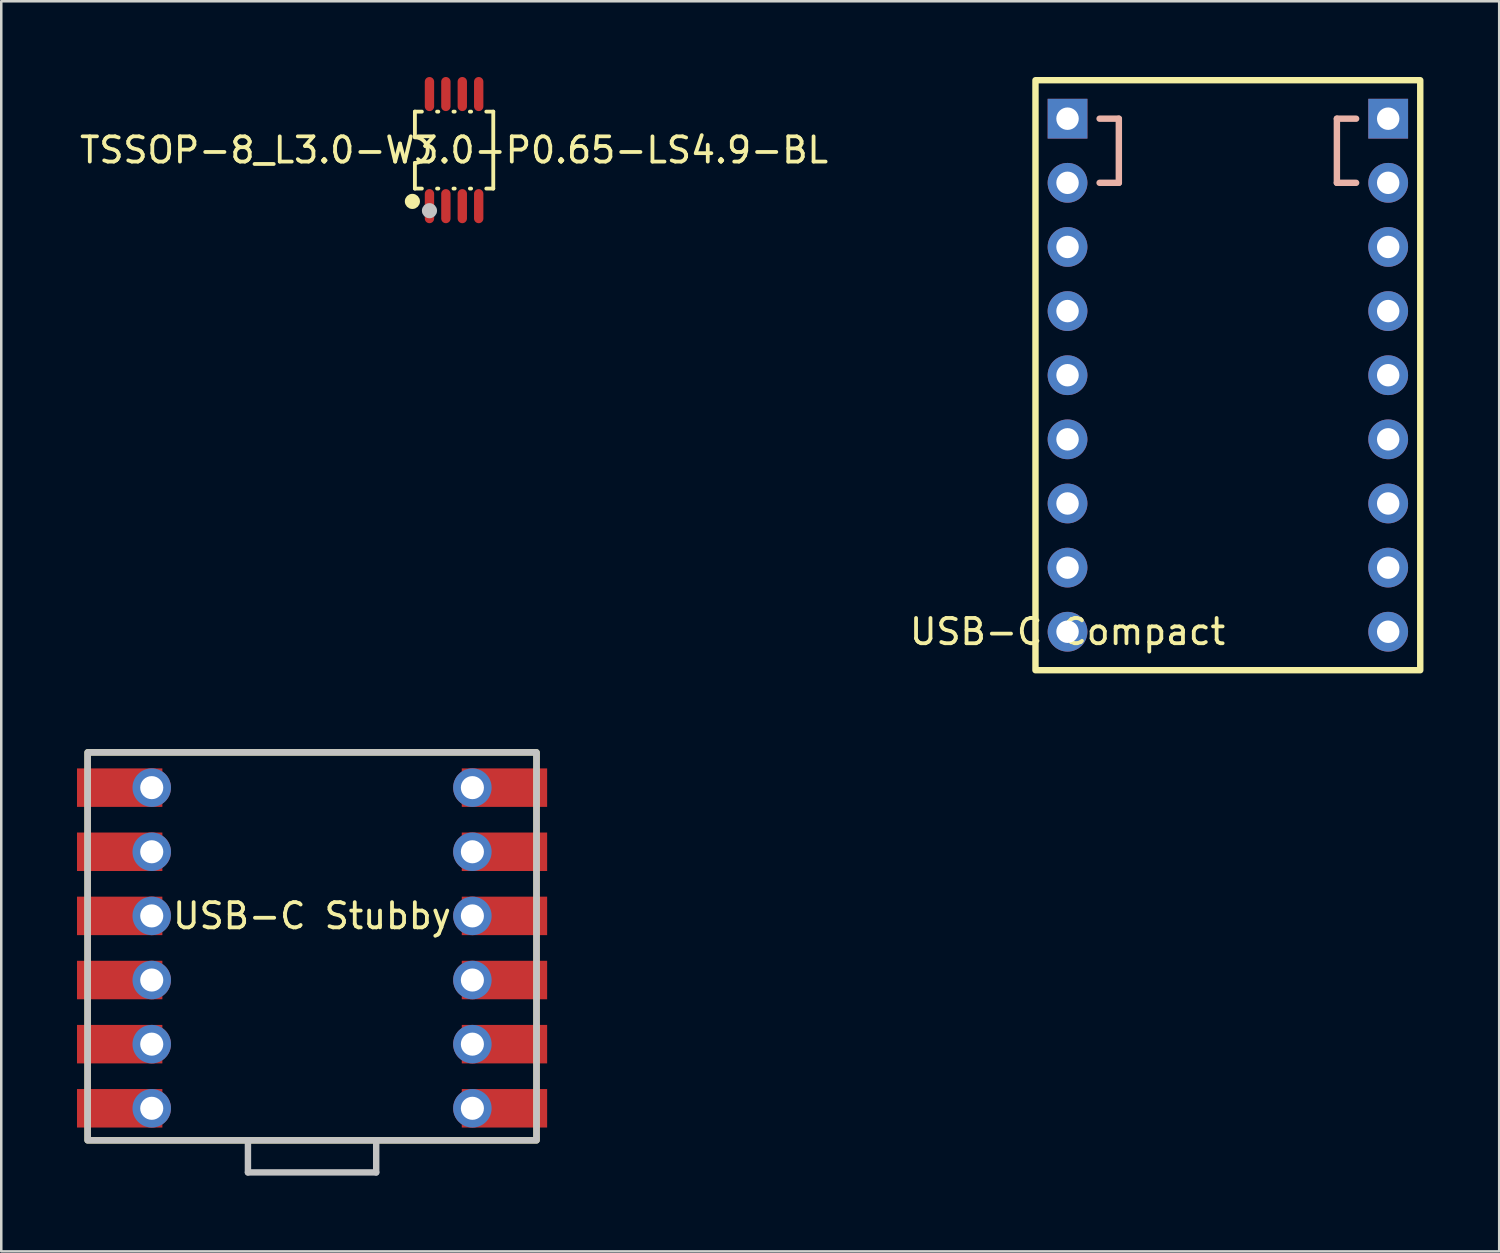
<source format=kicad_pcb>
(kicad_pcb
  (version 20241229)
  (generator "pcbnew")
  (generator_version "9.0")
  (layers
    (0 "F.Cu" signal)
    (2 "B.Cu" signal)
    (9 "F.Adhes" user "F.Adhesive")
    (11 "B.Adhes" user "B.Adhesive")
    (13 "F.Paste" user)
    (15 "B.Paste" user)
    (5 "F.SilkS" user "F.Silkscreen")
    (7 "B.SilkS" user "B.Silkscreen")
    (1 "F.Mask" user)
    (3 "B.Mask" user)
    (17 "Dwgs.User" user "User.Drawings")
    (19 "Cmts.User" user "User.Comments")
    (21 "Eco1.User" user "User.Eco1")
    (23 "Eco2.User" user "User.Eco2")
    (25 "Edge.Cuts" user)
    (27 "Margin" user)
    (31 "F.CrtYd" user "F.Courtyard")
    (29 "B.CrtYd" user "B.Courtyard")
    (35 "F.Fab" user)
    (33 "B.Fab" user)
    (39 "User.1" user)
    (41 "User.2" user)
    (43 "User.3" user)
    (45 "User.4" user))
  (footprint "TSSOP-8_L3.0-W3.0-P0.65-LS4.9-BL"
    (layer "F.Cu")
    (at 14.935 2.895)
    (property "Reference" "TSSOP-8_L3.0-W3.0-P0.65-LS4.9-BL" (at 0 0 0) (unlocked yes) (layer "F.SilkS") (effects (font (size 1 1) (thickness 0.15))))
    (fp_line (start -1.552 -1.524) (end -1.276 -1.524) (stroke (width 0.152) (type default)) (layer "F.SilkS"))
    (fp_line (start -1.552 -0.508) (end -1.552 -1.524) (stroke (width 0.152) (type default)) (layer "F.SilkS"))
    (fp_line (start -1.552 1.524) (end -1.552 0.508) (stroke (width 0.152) (type default)) (layer "F.SilkS"))
    (fp_line (start -1.552 1.524) (end -1.276 1.524) (stroke (width 0.152) (type default)) (layer "F.SilkS"))
    (fp_line (start -0.674 -1.524) (end -0.625 -1.524) (stroke (width 0.152) (type default)) (layer "F.SilkS"))
    (fp_line (start -0.674 1.524) (end -0.625 1.524) (stroke (width 0.152) (type default)) (layer "F.SilkS"))
    (fp_line (start -0.024 -1.524) (end 0.025 -1.524) (stroke (width 0.152) (type default)) (layer "F.SilkS"))
    (fp_line (start -0.024 1.524) (end 0.025 1.524) (stroke (width 0.152) (type default)) (layer "F.SilkS"))
    (fp_line (start 0.626 -1.524) (end 0.674 -1.524) (stroke (width 0.152) (type default)) (layer "F.SilkS"))
    (fp_line (start 0.626 1.524) (end 0.674 1.524) (stroke (width 0.152) (type default)) (layer "F.SilkS"))
    (fp_line (start 1.276 -1.524) (end 1.552 -1.524) (stroke (width 0.152) (type default)) (layer "F.SilkS"))
    (fp_line (start 1.276 1.524) (end 1.552 1.524) (stroke (width 0.152) (type default)) (layer "F.SilkS"))
    (fp_line (start 1.552 -1.524) (end 1.552 1.524) (stroke (width 0.152) (type default)) (layer "F.SilkS"))
    (fp_arc (start -1.552 -0.508) (mid -1.044 0) (end -1.552 0.508) (stroke (width 0.152) (type default)) (layer "F.SilkS"))
    (fp_circle (center -1.651 2.032) (end -1.501 2.032) (stroke (width 0.3) (type default)) (fill no) (layer "F.SilkS"))
    (fp_circle (center -0.975 2.4) (end -0.825 2.4) (stroke (width 0.3) (type default)) (fill no) (layer "Dwgs.User"))
    (fp_poly (pts (xy -1.14 -1.9) (xy -1.14 -2.45) (xy -0.81 -2.45) (xy -0.81 -1.9)) (stroke (width 0.1) (type default)) (fill no) (layer "User.1"))
    (fp_poly (pts (xy -1.14 -1.49) (xy -1.14 -1.91) (xy -0.81 -1.91) (xy -0.81 -1.49)) (stroke (width 0.1) (type default)) (fill no) (layer "User.1"))
    (fp_poly (pts (xy -1.14 1.91) (xy -1.14 1.49) (xy -0.81 1.49) (xy -0.81 1.91)) (stroke (width 0.1) (type default)) (fill no) (layer "User.1"))
    (fp_poly (pts (xy -1.14 2.45) (xy -1.14 1.9) (xy -0.81 1.9) (xy -0.81 2.45)) (stroke (width 0.1) (type default)) (fill no) (layer "User.1"))
    (fp_poly (pts (xy -0.49 -1.9) (xy -0.49 -2.45) (xy -0.16 -2.45) (xy -0.16 -1.9)) (stroke (width 0.1) (type default)) (fill no) (layer "User.1"))
    (fp_poly (pts (xy -0.49 -1.49) (xy -0.49 -1.91) (xy -0.16 -1.91) (xy -0.16 -1.49)) (stroke (width 0.1) (type default)) (fill no) (layer "User.1"))
    (fp_poly (pts (xy -0.49 1.91) (xy -0.49 1.49) (xy -0.16 1.49) (xy -0.16 1.91)) (stroke (width 0.1) (type default)) (fill no) (layer "User.1"))
    (fp_poly (pts (xy -0.49 2.45) (xy -0.49 1.9) (xy -0.16 1.9) (xy -0.16 2.45)) (stroke (width 0.1) (type default)) (fill no) (layer "User.1"))
    (fp_poly (pts (xy 0.16 -1.9) (xy 0.16 -2.45) (xy 0.49 -2.45) (xy 0.49 -1.9)) (stroke (width 0.1) (type default)) (fill no) (layer "User.1"))
    (fp_poly (pts (xy 0.16 -1.49) (xy 0.16 -1.91) (xy 0.49 -1.91) (xy 0.49 -1.49)) (stroke (width 0.1) (type default)) (fill no) (layer "User.1"))
    (fp_poly (pts (xy 0.16 1.91) (xy 0.16 1.49) (xy 0.49 1.49) (xy 0.49 1.91)) (stroke (width 0.1) (type default)) (fill no) (layer "User.1"))
    (fp_poly (pts (xy 0.16 2.45) (xy 0.16 1.9) (xy 0.49 1.9) (xy 0.49 2.45)) (stroke (width 0.1) (type default)) (fill no) (layer "User.1"))
    (fp_poly (pts (xy 0.81 -1.9) (xy 0.81 -2.45) (xy 1.14 -2.45) (xy 1.14 -1.9)) (stroke (width 0.1) (type default)) (fill no) (layer "User.1"))
    (fp_poly (pts (xy 0.81 -1.49) (xy 0.81 -1.91) (xy 1.14 -1.91) (xy 1.14 -1.49)) (stroke (width 0.1) (type default)) (fill no) (layer "User.1"))
    (fp_poly (pts (xy 0.81 1.91) (xy 0.81 1.49) (xy 1.14 1.49) (xy 1.14 1.91)) (stroke (width 0.1) (type default)) (fill no) (layer "User.1"))
    (fp_poly (pts (xy 0.81 2.45) (xy 0.81 1.9) (xy 1.14 1.9) (xy 1.14 2.45)) (stroke (width 0.1) (type default)) (fill no) (layer "User.1"))
    (fp_line (start -1.5 -1.5) (end 1.5 -1.5) (stroke (width 0.051) (type default)) (layer "User.2"))
    (fp_line (start -1.5 1.5) (end -1.5 -1.5) (stroke (width 0.051) (type default)) (layer "User.2"))
    (fp_line (start 1.5 -1.5) (end 1.5 1.5) (stroke (width 0.051) (type default)) (layer "User.2"))
    (fp_line (start 1.5 1.5) (end -1.5 1.5) (stroke (width 0.051) (type default)) (layer "User.2"))
    (fp_poly (pts (xy -1.44 2.45) (xy -1.458 2.408) (xy -1.5 2.39) (xy -1.542 2.408) (xy -1.56 2.45) (xy -1.542 2.492) (xy -1.5 2.51) (xy -1.458 2.492)) (stroke (width 0.1) (type default)) (fill no) (layer "User.3"))
    (pad "1" smd oval (at -0.975 2.22) (size 0.37 1.35) (layers "F.Cu" "F.Mask" "F.Paste"))
    (pad "2" smd oval (at -0.325 2.22) (size 0.37 1.35) (layers "F.Cu" "F.Mask" "F.Paste"))
    (pad "3" smd oval (at 0.325 2.22) (size 0.37 1.35) (layers "F.Cu" "F.Mask" "F.Paste"))
    (pad "4" smd oval (at 0.975 2.22) (size 0.37 1.35) (layers "F.Cu" "F.Mask" "F.Paste"))
    (pad "5" smd oval (at 0.975 -2.22) (size 0.37 1.35) (layers "F.Cu" "F.Mask" "F.Paste"))
    (pad "6" smd oval (at 0.325 -2.22) (size 0.37 1.35) (layers "F.Cu" "F.Mask" "F.Paste"))
    (pad "7" smd oval (at -0.325 -2.22) (size 0.37 1.35) (layers "F.Cu" "F.Mask" "F.Paste"))
    (pad "8" smd oval (at -0.975 -2.22) (size 0.37 1.35) (layers "F.Cu" "F.Mask" "F.Paste")))
  (footprint "USB-C Stubby"
    (layer "F.Cu")
    (at 9.31 33.226)
    (property "Reference" "USB-C Stubby" (at 0 0 0) (unlocked yes) (layer "F.SilkS") (effects (font (size 1 1) (thickness 0.15))))
    (fp_rect (start -8.89 -6.477) (end 8.89 8.89) (stroke (width 0.254) (type default)) (fill no) (layer "F.SilkS"))
    (fp_line (start -2.54 8.89) (end -2.54 10.16) (stroke (width 0.254) (type default)) (layer "Dwgs.User"))
    (fp_line (start -2.54 10.16) (end 2.54 10.16) (stroke (width 0.254) (type default)) (layer "Dwgs.User"))
    (fp_line (start 2.54 10.16) (end 2.54 8.89) (stroke (width 0.254) (type default)) (layer "Dwgs.User"))
    (fp_rect (start -8.89 -6.477) (end 8.89 8.89) (stroke (width 0.254) (type default)) (fill no) (layer "Dwgs.User"))
    (pad "1" smd rect (at -7.62 -5.08 270) (size 1.524 3.381) (layers "F.Cu" "F.Mask" "F.Paste"))
    (pad "1" thru_hole circle (at -6.35 -5.08 270) (size 1.524 1.524) (drill 0.914) (layers "*.Cu" "*.Mask"))
    (pad "2" smd rect (at -7.62 -2.54 270) (size 1.524 3.381) (layers "F.Cu" "F.Mask" "F.Paste"))
    (pad "2" thru_hole circle (at -6.35 -2.54 270) (size 1.524 1.524) (drill 0.914) (layers "*.Cu" "*.Mask"))
    (pad "3" smd rect (at -7.62 0 270) (size 1.524 3.381) (layers "F.Cu" "F.Mask" "F.Paste"))
    (pad "3" thru_hole circle (at -6.35 0 270) (size 1.524 1.524) (drill 0.914) (layers "*.Cu" "*.Mask"))
    (pad "4" smd rect (at -7.62 2.54 270) (size 1.524 3.381) (layers "F.Cu" "F.Mask" "F.Paste"))
    (pad "4" thru_hole circle (at -6.35 2.54 270) (size 1.524 1.524) (drill 0.914) (layers "*.Cu" "*.Mask"))
    (pad "5" smd rect (at -7.62 5.08 270) (size 1.524 3.381) (layers "F.Cu" "F.Mask" "F.Paste"))
    (pad "5" thru_hole circle (at -6.35 5.08 270) (size 1.524 1.524) (drill 0.914) (layers "*.Cu" "*.Mask"))
    (pad "6" smd rect (at -7.62 7.62 270) (size 1.524 3.381) (layers "F.Cu" "F.Mask" "F.Paste"))
    (pad "6" thru_hole circle (at -6.35 7.62 270) (size 1.524 1.524) (drill 0.914) (layers "*.Cu" "*.Mask"))
    (pad "7" thru_hole circle (at 6.35 7.62 90) (size 1.524 1.524) (drill 0.914) (layers "*.Cu" "*.Mask"))
    (pad "7" smd rect (at 7.62 7.62 270) (size 1.524 3.381) (layers "F.Cu" "F.Mask" "F.Paste"))
    (pad "8" thru_hole circle (at 6.35 5.08 90) (size 1.524 1.524) (drill 0.914) (layers "*.Cu" "*.Mask"))
    (pad "8" smd rect (at 7.62 5.08 270) (size 1.524 3.381) (layers "F.Cu" "F.Mask" "F.Paste"))
    (pad "9" thru_hole circle (at 6.35 2.54 90) (size 1.524 1.524) (drill 0.914) (layers "*.Cu" "*.Mask"))
    (pad "9" smd rect (at 7.62 2.54 270) (size 1.524 3.381) (layers "F.Cu" "F.Mask" "F.Paste"))
    (pad "10" thru_hole circle (at 6.35 0 90) (size 1.524 1.524) (drill 0.914) (layers "*.Cu" "*.Mask"))
    (pad "10" smd rect (at 7.62 0 270) (size 1.524 3.381) (layers "F.Cu" "F.Mask" "F.Paste"))
    (pad "11" thru_hole circle (at 6.35 -2.54 90) (size 1.524 1.524) (drill 0.914) (layers "*.Cu" "*.Mask"))
    (pad "11" smd rect (at 7.62 -2.54 270) (size 1.524 3.381) (layers "F.Cu" "F.Mask" "F.Paste"))
    (pad "12" thru_hole circle (at 6.35 -5.08 90) (size 1.524 1.524) (drill 0.914) (layers "*.Cu" "*.Mask"))
    (pad "12" smd rect (at 7.62 -5.08 270) (size 1.524 3.381) (layers "F.Cu" "F.Mask" "F.Paste")))
  (footprint "USB-C Compact"
    (layer "F.Cu")
    (at 39.232 21.971)
    (property "Reference" "USB-C Compact" (at 0 0 0) (unlocked yes) (layer "F.SilkS") (effects (font (size 1 1) (thickness 0.15))))
    (fp_rect (start -1.27 -21.844) (end 13.97 1.524) (stroke (width 0.254) (type default)) (fill no) (layer "F.SilkS"))
    (fp_line (start 1.27 -20.32) (end 2.032 -20.32) (stroke (width 0.254) (type default)) (layer "B.SilkS"))
    (fp_line (start 2.032 -20.32) (end 2.032 -17.78) (stroke (width 0.254) (type default)) (layer "B.SilkS"))
    (fp_line (start 2.032 -17.78) (end 1.27 -17.78) (stroke (width 0.254) (type default)) (layer "B.SilkS"))
    (fp_line (start 10.668 -20.32) (end 10.668 -17.78) (stroke (width 0.254) (type default)) (layer "B.SilkS"))
    (fp_line (start 10.668 -17.78) (end 11.43 -17.78) (stroke (width 0.254) (type default)) (layer "B.SilkS"))
    (fp_line (start 11.43 -20.32) (end 10.668 -20.32) (stroke (width 0.254) (type default)) (layer "B.SilkS"))
    (pad "1" thru_hole rect (at 0 -20.32 270) (size 1.575 1.575) (drill 0.889) (layers "*.Cu" "*.Mask"))
    (pad "2" thru_hole circle (at 0 -17.78 270) (size 1.575 1.575) (drill 0.889) (layers "*.Cu" "*.Mask"))
    (pad "3" thru_hole circle (at 0 -15.24 270) (size 1.575 1.575) (drill 0.889) (layers "*.Cu" "*.Mask"))
    (pad "4" thru_hole circle (at 0 -12.7 270) (size 1.575 1.575) (drill 0.889) (layers "*.Cu" "*.Mask"))
    (pad "5" thru_hole circle (at 0 -10.16 270) (size 1.575 1.575) (drill 0.889) (layers "*.Cu" "*.Mask"))
    (pad "6" thru_hole circle (at 0 -7.62 270) (size 1.575 1.575) (drill 0.889) (layers "*.Cu" "*.Mask"))
    (pad "7" thru_hole circle (at 0 -5.08 270) (size 1.575 1.575) (drill 0.889) (layers "*.Cu" "*.Mask"))
    (pad "8" thru_hole circle (at 0 -2.54 270) (size 1.575 1.575) (drill 0.889) (layers "*.Cu" "*.Mask"))
    (pad "9" thru_hole circle (at 0 0 270) (size 1.575 1.575) (drill 0.889) (layers "*.Cu" "*.Mask"))
    (pad "10" thru_hole rect (at 12.7 -20.32 270) (size 1.575 1.575) (drill 0.889) (layers "*.Cu" "*.Mask"))
    (pad "11" thru_hole circle (at 12.7 -17.78 270) (size 1.575 1.575) (drill 0.889) (layers "*.Cu" "*.Mask"))
    (pad "12" thru_hole circle (at 12.7 -15.24 270) (size 1.575 1.575) (drill 0.889) (layers "*.Cu" "*.Mask"))
    (pad "13" thru_hole circle (at 12.7 -12.7 270) (size 1.575 1.575) (drill 0.889) (layers "*.Cu" "*.Mask"))
    (pad "14" thru_hole circle (at 12.7 -10.16 270) (size 1.575 1.575) (drill 0.889) (layers "*.Cu" "*.Mask"))
    (pad "15" thru_hole circle (at 12.7 -7.62 270) (size 1.575 1.575) (drill 0.889) (layers "*.Cu" "*.Mask"))
    (pad "16" thru_hole circle (at 12.7 -5.08 270) (size 1.575 1.575) (drill 0.889) (layers "*.Cu" "*.Mask"))
    (pad "17" thru_hole circle (at 12.7 -2.54 270) (size 1.575 1.575) (drill 0.889) (layers "*.Cu" "*.Mask"))
    (pad "18" thru_hole circle (at 12.7 0 270) (size 1.575 1.575) (drill 0.889) (layers "*.Cu" "*.Mask")))
  (gr_rect
    (start -3 -3)
    (end 56.329 46.513)
    (stroke (width 0.1) (type default))
    (fill no)
    (layer "Edge.Cuts")))
</source>
